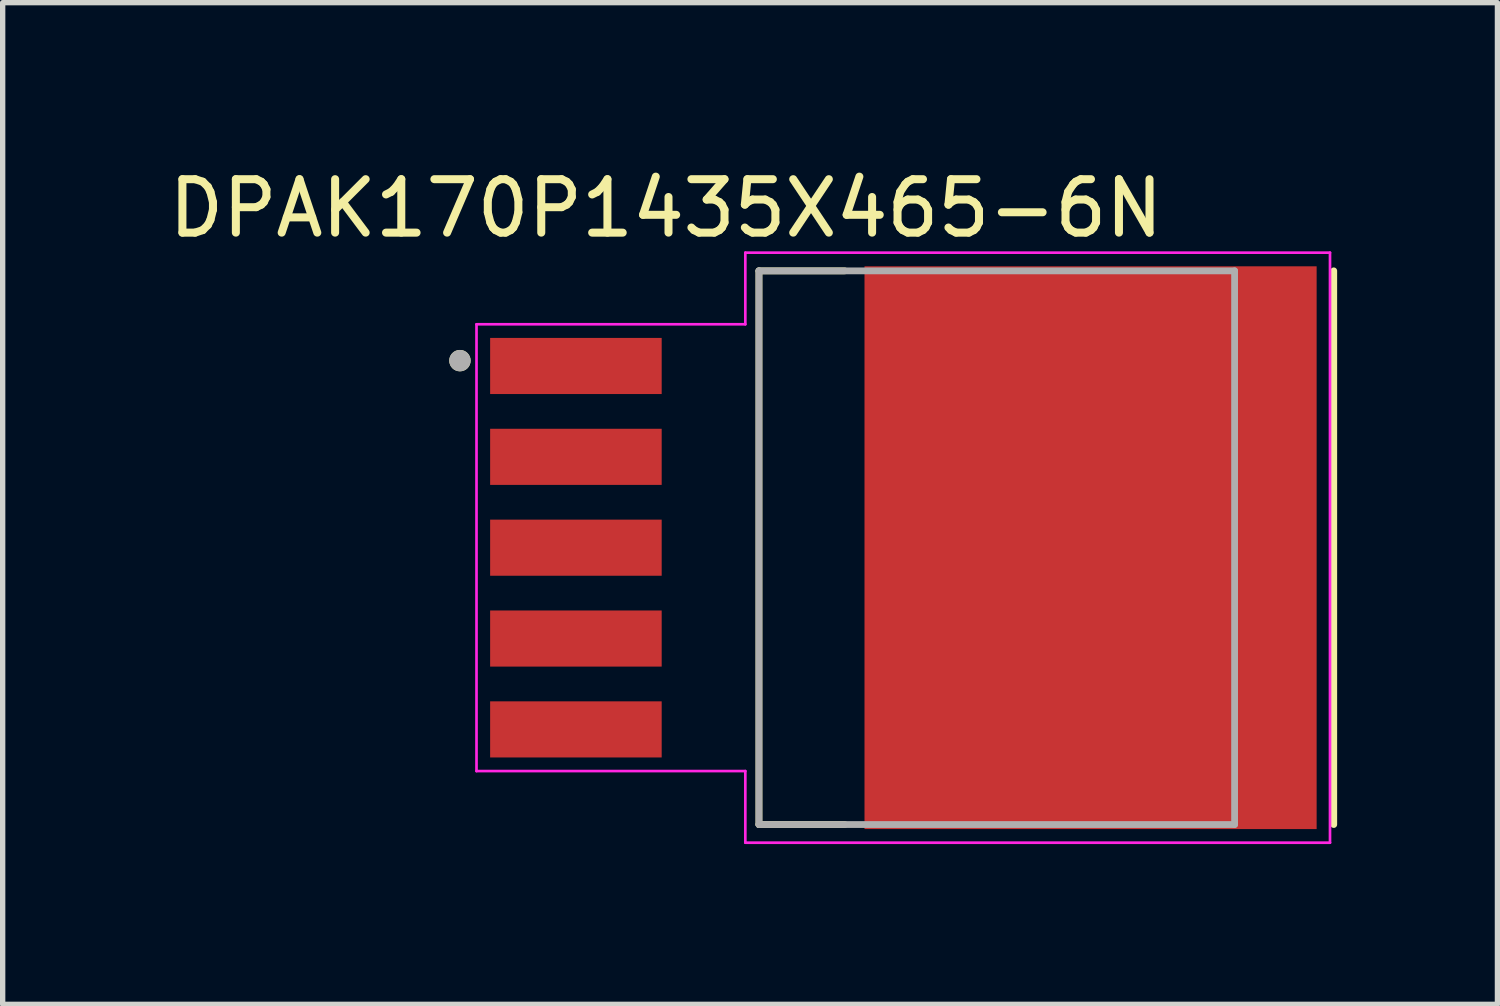
<source format=kicad_pcb>
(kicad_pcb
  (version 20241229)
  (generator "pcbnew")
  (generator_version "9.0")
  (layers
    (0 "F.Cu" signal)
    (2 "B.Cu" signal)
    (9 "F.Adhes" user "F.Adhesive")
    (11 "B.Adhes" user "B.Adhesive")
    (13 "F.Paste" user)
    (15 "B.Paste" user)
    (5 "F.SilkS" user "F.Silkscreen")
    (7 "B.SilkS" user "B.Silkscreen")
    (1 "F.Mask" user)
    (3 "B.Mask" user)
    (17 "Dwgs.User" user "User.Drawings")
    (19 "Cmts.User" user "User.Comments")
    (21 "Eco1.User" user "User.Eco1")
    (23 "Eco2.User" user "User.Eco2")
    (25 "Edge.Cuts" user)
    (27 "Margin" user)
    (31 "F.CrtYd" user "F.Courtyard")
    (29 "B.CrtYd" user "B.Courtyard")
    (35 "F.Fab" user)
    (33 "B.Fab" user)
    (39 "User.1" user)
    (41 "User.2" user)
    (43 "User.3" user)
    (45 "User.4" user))
  (footprint "DPAK170P1435X465-6N"
    (layer "F.Cu")
    (at 13.856 7.198)
    (property "Reference" "DPAK170P1435X465-6N" (at -4.445 -6.35 0) (layer "F.SilkS") (effects (font (size 1 1) (thickness 0.15))))
    (attr smd)
    (fp_line (start -2.705 -5.18) (end -2.705 5.18) (stroke (width 0.127) (type solid)) (layer "F.SilkS"))
    (fp_line (start -1.1 -5.18) (end -2.705 -5.18) (stroke (width 0.127) (type solid)) (layer "F.SilkS"))
    (fp_line (start -1.1 5.18) (end -2.705 5.18) (stroke (width 0.127) (type solid)) (layer "F.SilkS"))
    (fp_line (start 8.05 -5.18) (end 8.05 5.18) (stroke (width 0.127) (type solid)) (layer "F.SilkS"))
    (fp_circle (center -8.3 -3.5) (end -8.2 -3.5) (stroke (width 0.2) (type solid)) (fill no) (layer "F.SilkS"))
    (fp_poly (pts (xy -0.31 -4.93) (xy 0.95 -4.93) (xy 0.95 -3.51) (xy -0.31 -3.51)) (stroke (width 0.01) (type solid)) (fill yes) (layer "F.Paste"))
    (fp_poly (pts (xy -0.31 -2.82) (xy 0.95 -2.82) (xy 0.95 -1.4) (xy -0.31 -1.4)) (stroke (width 0.01) (type solid)) (fill yes) (layer "F.Paste"))
    (fp_poly (pts (xy -0.31 -0.71) (xy 0.95 -0.71) (xy 0.95 0.71) (xy -0.31 0.71)) (stroke (width 0.01) (type solid)) (fill yes) (layer "F.Paste"))
    (fp_poly (pts (xy -0.31 1.4) (xy 0.95 1.4) (xy 0.95 2.82) (xy -0.31 2.82)) (stroke (width 0.01) (type solid)) (fill yes) (layer "F.Paste"))
    (fp_poly (pts (xy -0.31 3.51) (xy 0.95 3.51) (xy 0.95 4.93) (xy -0.31 4.93)) (stroke (width 0.01) (type solid)) (fill yes) (layer "F.Paste"))
    (fp_poly (pts (xy 1.81 -4.93) (xy 3.07 -4.93) (xy 3.07 -3.51) (xy 1.81 -3.51)) (stroke (width 0.01) (type solid)) (fill yes) (layer "F.Paste"))
    (fp_poly (pts (xy 1.81 -2.82) (xy 3.07 -2.82) (xy 3.07 -1.4) (xy 1.81 -1.4)) (stroke (width 0.01) (type solid)) (fill yes) (layer "F.Paste"))
    (fp_poly (pts (xy 1.81 -0.71) (xy 3.07 -0.71) (xy 3.07 0.71) (xy 1.81 0.71)) (stroke (width 0.01) (type solid)) (fill yes) (layer "F.Paste"))
    (fp_poly (pts (xy 1.81 1.4) (xy 3.07 1.4) (xy 3.07 2.82) (xy 1.81 2.82)) (stroke (width 0.01) (type solid)) (fill yes) (layer "F.Paste"))
    (fp_poly (pts (xy 1.81 3.51) (xy 3.07 3.51) (xy 3.07 4.93) (xy 1.81 4.93)) (stroke (width 0.01) (type solid)) (fill yes) (layer "F.Paste"))
    (fp_poly (pts (xy 3.93 -4.93) (xy 5.19 -4.93) (xy 5.19 -3.51) (xy 3.93 -3.51)) (stroke (width 0.01) (type solid)) (fill yes) (layer "F.Paste"))
    (fp_poly (pts (xy 3.93 -2.82) (xy 5.19 -2.82) (xy 5.19 -1.4) (xy 3.93 -1.4)) (stroke (width 0.01) (type solid)) (fill yes) (layer "F.Paste"))
    (fp_poly (pts (xy 3.93 -0.71) (xy 5.19 -0.71) (xy 5.19 0.71) (xy 3.93 0.71)) (stroke (width 0.01) (type solid)) (fill yes) (layer "F.Paste"))
    (fp_poly (pts (xy 3.93 1.4) (xy 5.19 1.4) (xy 5.19 2.82) (xy 3.93 2.82)) (stroke (width 0.01) (type solid)) (fill yes) (layer "F.Paste"))
    (fp_poly (pts (xy 3.93 3.51) (xy 5.19 3.51) (xy 5.19 4.93) (xy 3.93 4.93)) (stroke (width 0.01) (type solid)) (fill yes) (layer "F.Paste"))
    (fp_poly (pts (xy 6.05 -4.93) (xy 7.31 -4.93) (xy 7.31 -3.51) (xy 6.05 -3.51)) (stroke (width 0.01) (type solid)) (fill yes) (layer "F.Paste"))
    (fp_poly (pts (xy 6.05 -2.82) (xy 7.31 -2.82) (xy 7.31 -1.4) (xy 6.05 -1.4)) (stroke (width 0.01) (type solid)) (fill yes) (layer "F.Paste"))
    (fp_poly (pts (xy 6.05 -0.71) (xy 7.31 -0.71) (xy 7.31 0.71) (xy 6.05 0.71)) (stroke (width 0.01) (type solid)) (fill yes) (layer "F.Paste"))
    (fp_poly (pts (xy 6.05 1.4) (xy 7.31 1.4) (xy 7.31 2.82) (xy 6.05 2.82)) (stroke (width 0.01) (type solid)) (fill yes) (layer "F.Paste"))
    (fp_poly (pts (xy 6.05 3.51) (xy 7.31 3.51) (xy 7.31 4.93) (xy 6.05 4.93)) (stroke (width 0.01) (type solid)) (fill yes) (layer "F.Paste"))
    (fp_line (start -7.99 -4.18) (end -7.99 4.18) (stroke (width 0.05) (type solid)) (layer "F.CrtYd"))
    (fp_line (start -7.99 4.18) (end -2.96 4.18) (stroke (width 0.05) (type solid)) (layer "F.CrtYd"))
    (fp_line (start -2.96 -5.52) (end -2.96 -4.18) (stroke (width 0.05) (type solid)) (layer "F.CrtYd"))
    (fp_line (start -2.96 -4.18) (end -7.99 -4.18) (stroke (width 0.05) (type solid)) (layer "F.CrtYd"))
    (fp_line (start -2.96 4.18) (end -2.96 5.52) (stroke (width 0.05) (type solid)) (layer "F.CrtYd"))
    (fp_line (start -2.96 5.52) (end 7.98 5.52) (stroke (width 0.05) (type solid)) (layer "F.CrtYd"))
    (fp_line (start 7.98 -5.52) (end -2.96 -5.52) (stroke (width 0.05) (type solid)) (layer "F.CrtYd"))
    (fp_line (start 7.98 5.52) (end 7.98 -5.52) (stroke (width 0.05) (type solid)) (layer "F.CrtYd"))
    (fp_line (start -2.705 -5.18) (end -2.705 5.18) (stroke (width 0.127) (type solid)) (layer "F.Fab"))
    (fp_line (start -2.705 5.18) (end 6.195 5.18) (stroke (width 0.127) (type solid)) (layer "F.Fab"))
    (fp_line (start 6.195 -5.18) (end -2.705 -5.18) (stroke (width 0.127) (type solid)) (layer "F.Fab"))
    (fp_line (start 6.195 5.18) (end 6.195 -5.18) (stroke (width 0.127) (type solid)) (layer "F.Fab"))
    (fp_circle (center -8.3 -3.5) (end -8.2 -3.5) (stroke (width 0.2) (type solid)) (fill no) (layer "F.Fab"))
    (pad "1" smd rect (at -6.13 -3.4) (size 3.21 1.05) (layers "F.Cu" "F.Mask" "F.Paste"))
    (pad "2" smd rect (at -6.13 -1.7) (size 3.21 1.05) (layers "F.Cu" "F.Mask" "F.Paste"))
    (pad "3" smd rect (at -6.13 0) (size 3.21 1.05) (layers "F.Cu" "F.Mask" "F.Paste"))
    (pad "4" smd rect (at -6.13 1.7) (size 3.21 1.05) (layers "F.Cu" "F.Mask" "F.Paste"))
    (pad "5" smd rect (at -6.13 3.4) (size 3.21 1.05) (layers "F.Cu" "F.Mask" "F.Paste"))
    (pad "6" smd rect (at 3.5 0) (size 8.46 10.53) (layers "F.Cu" "F.Mask")))
  (gr_rect
    (start -3 -3)
    (end 24.969 15.743)
    (stroke (width 0.1) (type default))
    (fill no)
    (layer "Edge.Cuts")))
</source>
